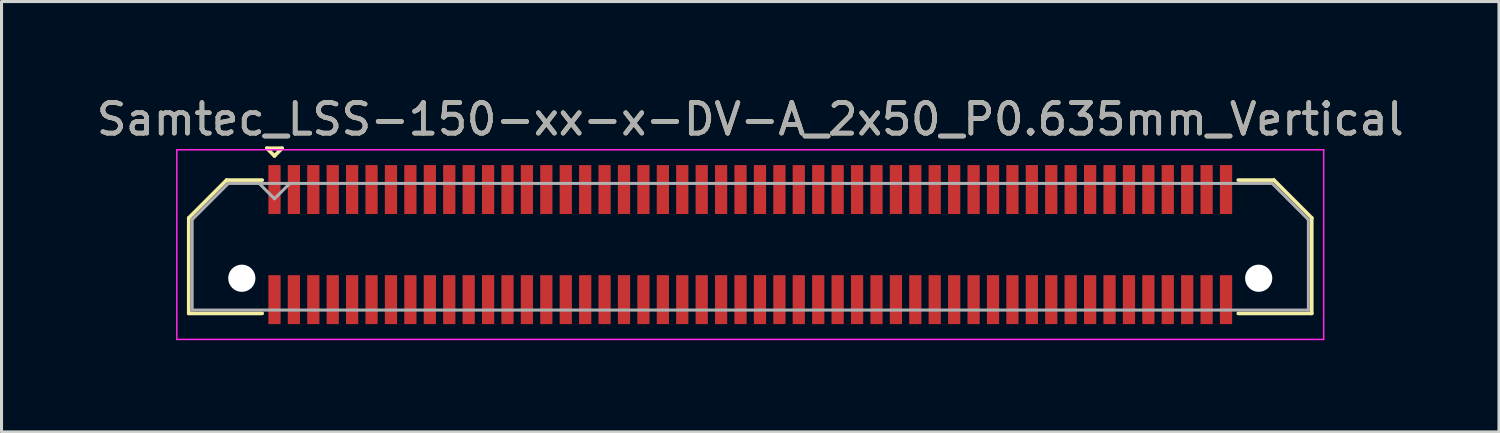
<source format=kicad_pcb>
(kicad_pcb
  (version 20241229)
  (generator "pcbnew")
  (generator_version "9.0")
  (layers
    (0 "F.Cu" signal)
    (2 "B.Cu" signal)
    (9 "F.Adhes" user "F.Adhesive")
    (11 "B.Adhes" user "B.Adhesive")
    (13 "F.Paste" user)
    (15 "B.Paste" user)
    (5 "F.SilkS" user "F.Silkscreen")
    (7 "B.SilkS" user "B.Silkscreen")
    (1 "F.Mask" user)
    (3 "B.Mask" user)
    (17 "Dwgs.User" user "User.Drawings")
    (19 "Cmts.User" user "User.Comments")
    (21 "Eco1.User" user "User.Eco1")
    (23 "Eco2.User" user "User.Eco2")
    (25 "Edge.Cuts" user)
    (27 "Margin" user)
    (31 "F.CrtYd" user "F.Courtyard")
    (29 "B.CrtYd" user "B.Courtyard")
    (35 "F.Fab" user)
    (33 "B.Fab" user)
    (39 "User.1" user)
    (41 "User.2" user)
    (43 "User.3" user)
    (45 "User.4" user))
  (footprint "Samtec_LSS-150-xx-x-DV-A_2x50_P0.635mm_Vertical"
    (layer "F.Cu")
    (at 21.482 4.948)
    (property "Reference" "Samtec_LSS-150-xx-x-DV-A_2x50_P0.635mm_Vertical" (at 0 -4.1 0) (layer "F.SilkS") (effects (font (size 1 1) (thickness 0.15))))
    (attr smd)
    (fp_line (start -18.36 -0.872) (end -18.36 2.25) (stroke (width 0.12) (type solid)) (layer "F.SilkS"))
    (fp_line (start -18.36 2.25) (end -15.957 2.25) (stroke (width 0.12) (type solid)) (layer "F.SilkS"))
    (fp_line (start -17.122 -2.11) (end -18.36 -0.872) (stroke (width 0.12) (type solid)) (layer "F.SilkS"))
    (fp_line (start -15.957 -2.11) (end -17.122 -2.11) (stroke (width 0.12) (type solid)) (layer "F.SilkS"))
    (fp_line (start -15.807 -3.15) (end -15.307 -3.15) (stroke (width 0.12) (type solid)) (layer "F.SilkS"))
    (fp_line (start -15.557 -2.9) (end -15.807 -3.15) (stroke (width 0.12) (type solid)) (layer "F.SilkS"))
    (fp_line (start -15.307 -3.15) (end -15.557 -2.9) (stroke (width 0.12) (type solid)) (layer "F.SilkS"))
    (fp_line (start 15.957 -2.11) (end 17.122 -2.11) (stroke (width 0.12) (type solid)) (layer "F.SilkS"))
    (fp_line (start 17.122 -2.11) (end 18.36 -0.872) (stroke (width 0.12) (type solid)) (layer "F.SilkS"))
    (fp_line (start 18.36 -0.872) (end 18.36 2.25) (stroke (width 0.12) (type solid)) (layer "F.SilkS"))
    (fp_line (start 18.36 2.25) (end 15.957 2.25) (stroke (width 0.12) (type solid)) (layer "F.SilkS"))
    (fp_line (start -18.75 -3.1) (end -18.75 3.1) (stroke (width 0.05) (type solid)) (layer "F.CrtYd"))
    (fp_line (start -18.75 3.1) (end 18.75 3.1) (stroke (width 0.05) (type solid)) (layer "F.CrtYd"))
    (fp_line (start 18.75 -3.1) (end -18.75 -3.1) (stroke (width 0.05) (type solid)) (layer "F.CrtYd"))
    (fp_line (start 18.75 3.1) (end 18.75 -3.1) (stroke (width 0.05) (type solid)) (layer "F.CrtYd"))
    (fp_line (start -18.25 -0.817) (end -18.25 2.14) (stroke (width 0.1) (type solid)) (layer "F.Fab"))
    (fp_line (start -18.25 2.14) (end 18.25 2.14) (stroke (width 0.1) (type solid)) (layer "F.Fab"))
    (fp_line (start -17.067 -2) (end -18.25 -0.817) (stroke (width 0.1) (type solid)) (layer "F.Fab"))
    (fp_line (start -15.557 -1.5) (end -16.058 -2) (stroke (width 0.1) (type solid)) (layer "F.Fab"))
    (fp_line (start -15.057 -2) (end -15.557 -1.5) (stroke (width 0.1) (type solid)) (layer "F.Fab"))
    (fp_line (start 17.067 -2) (end -17.067 -2) (stroke (width 0.1) (type solid)) (layer "F.Fab"))
    (fp_line (start 18.25 -0.817) (end 17.067 -2) (stroke (width 0.1) (type solid)) (layer "F.Fab"))
    (fp_line (start 18.25 2.14) (end 18.25 -0.817) (stroke (width 0.1) (type solid)) (layer "F.Fab"))
    (fp_text user "${REFERENCE}" (at 0 -4.1 0) (layer "F.Fab") (effects (font (size 1 1) (thickness 0.15))))
    (pad "" np_thru_hole circle (at -16.625 1.1) (size 0.89 0.89) (drill 0.89) (layers "*.Cu" "*.Mask"))
    (pad "" np_thru_hole circle (at 16.625 1.1) (size 0.89 0.89) (drill 0.89) (layers "*.Cu" "*.Mask"))
    (pad "1" smd rect (at -15.557 -1.8) (size 0.4 1.6) (layers "F.Cu" "F.Mask" "F.Paste"))
    (pad "2" smd rect (at -15.557 1.8) (size 0.4 1.6) (layers "F.Cu" "F.Mask" "F.Paste"))
    (pad "3" smd rect (at -14.922 -1.8) (size 0.4 1.6) (layers "F.Cu" "F.Mask" "F.Paste"))
    (pad "4" smd rect (at -14.922 1.8) (size 0.4 1.6) (layers "F.Cu" "F.Mask" "F.Paste"))
    (pad "5" smd rect (at -14.287 -1.8) (size 0.4 1.6) (layers "F.Cu" "F.Mask" "F.Paste"))
    (pad "6" smd rect (at -14.287 1.8) (size 0.4 1.6) (layers "F.Cu" "F.Mask" "F.Paste"))
    (pad "7" smd rect (at -13.652 -1.8) (size 0.4 1.6) (layers "F.Cu" "F.Mask" "F.Paste"))
    (pad "8" smd rect (at -13.652 1.8) (size 0.4 1.6) (layers "F.Cu" "F.Mask" "F.Paste"))
    (pad "9" smd rect (at -13.018 -1.8) (size 0.4 1.6) (layers "F.Cu" "F.Mask" "F.Paste"))
    (pad "10" smd rect (at -13.018 1.8) (size 0.4 1.6) (layers "F.Cu" "F.Mask" "F.Paste"))
    (pad "11" smd rect (at -12.383 -1.8) (size 0.4 1.6) (layers "F.Cu" "F.Mask" "F.Paste"))
    (pad "12" smd rect (at -12.383 1.8) (size 0.4 1.6) (layers "F.Cu" "F.Mask" "F.Paste"))
    (pad "13" smd rect (at -11.748 -1.8) (size 0.4 1.6) (layers "F.Cu" "F.Mask" "F.Paste"))
    (pad "14" smd rect (at -11.748 1.8) (size 0.4 1.6) (layers "F.Cu" "F.Mask" "F.Paste"))
    (pad "15" smd rect (at -11.113 -1.8) (size 0.4 1.6) (layers "F.Cu" "F.Mask" "F.Paste"))
    (pad "16" smd rect (at -11.113 1.8) (size 0.4 1.6) (layers "F.Cu" "F.Mask" "F.Paste"))
    (pad "17" smd rect (at -10.477 -1.8) (size 0.4 1.6) (layers "F.Cu" "F.Mask" "F.Paste"))
    (pad "18" smd rect (at -10.477 1.8) (size 0.4 1.6) (layers "F.Cu" "F.Mask" "F.Paste"))
    (pad "19" smd rect (at -9.842 -1.8) (size 0.4 1.6) (layers "F.Cu" "F.Mask" "F.Paste"))
    (pad "20" smd rect (at -9.842 1.8) (size 0.4 1.6) (layers "F.Cu" "F.Mask" "F.Paste"))
    (pad "21" smd rect (at -9.207 -1.8) (size 0.4 1.6) (layers "F.Cu" "F.Mask" "F.Paste"))
    (pad "22" smd rect (at -9.207 1.8) (size 0.4 1.6) (layers "F.Cu" "F.Mask" "F.Paste"))
    (pad "23" smd rect (at -8.572 -1.8) (size 0.4 1.6) (layers "F.Cu" "F.Mask" "F.Paste"))
    (pad "24" smd rect (at -8.572 1.8) (size 0.4 1.6) (layers "F.Cu" "F.Mask" "F.Paste"))
    (pad "25" smd rect (at -7.938 -1.8) (size 0.4 1.6) (layers "F.Cu" "F.Mask" "F.Paste"))
    (pad "26" smd rect (at -7.938 1.8) (size 0.4 1.6) (layers "F.Cu" "F.Mask" "F.Paste"))
    (pad "27" smd rect (at -7.303 -1.8) (size 0.4 1.6) (layers "F.Cu" "F.Mask" "F.Paste"))
    (pad "28" smd rect (at -7.303 1.8) (size 0.4 1.6) (layers "F.Cu" "F.Mask" "F.Paste"))
    (pad "29" smd rect (at -6.668 -1.8) (size 0.4 1.6) (layers "F.Cu" "F.Mask" "F.Paste"))
    (pad "30" smd rect (at -6.668 1.8) (size 0.4 1.6) (layers "F.Cu" "F.Mask" "F.Paste"))
    (pad "31" smd rect (at -6.032 -1.8) (size 0.4 1.6) (layers "F.Cu" "F.Mask" "F.Paste"))
    (pad "32" smd rect (at -6.032 1.8) (size 0.4 1.6) (layers "F.Cu" "F.Mask" "F.Paste"))
    (pad "33" smd rect (at -5.397 -1.8) (size 0.4 1.6) (layers "F.Cu" "F.Mask" "F.Paste"))
    (pad "34" smd rect (at -5.397 1.8) (size 0.4 1.6) (layers "F.Cu" "F.Mask" "F.Paste"))
    (pad "35" smd rect (at -4.763 -1.8) (size 0.4 1.6) (layers "F.Cu" "F.Mask" "F.Paste"))
    (pad "36" smd rect (at -4.763 1.8) (size 0.4 1.6) (layers "F.Cu" "F.Mask" "F.Paste"))
    (pad "37" smd rect (at -4.128 -1.8) (size 0.4 1.6) (layers "F.Cu" "F.Mask" "F.Paste"))
    (pad "38" smd rect (at -4.128 1.8) (size 0.4 1.6) (layers "F.Cu" "F.Mask" "F.Paste"))
    (pad "39" smd rect (at -3.493 -1.8) (size 0.4 1.6) (layers "F.Cu" "F.Mask" "F.Paste"))
    (pad "40" smd rect (at -3.493 1.8) (size 0.4 1.6) (layers "F.Cu" "F.Mask" "F.Paste"))
    (pad "41" smd rect (at -2.857 -1.8) (size 0.4 1.6) (layers "F.Cu" "F.Mask" "F.Paste"))
    (pad "42" smd rect (at -2.857 1.8) (size 0.4 1.6) (layers "F.Cu" "F.Mask" "F.Paste"))
    (pad "43" smd rect (at -2.223 -1.8) (size 0.4 1.6) (layers "F.Cu" "F.Mask" "F.Paste"))
    (pad "44" smd rect (at -2.223 1.8) (size 0.4 1.6) (layers "F.Cu" "F.Mask" "F.Paste"))
    (pad "45" smd rect (at -1.587 -1.8) (size 0.4 1.6) (layers "F.Cu" "F.Mask" "F.Paste"))
    (pad "46" smd rect (at -1.587 1.8) (size 0.4 1.6) (layers "F.Cu" "F.Mask" "F.Paste"))
    (pad "47" smd rect (at -0.953 -1.8) (size 0.4 1.6) (layers "F.Cu" "F.Mask" "F.Paste"))
    (pad "48" smd rect (at -0.953 1.8) (size 0.4 1.6) (layers "F.Cu" "F.Mask" "F.Paste"))
    (pad "49" smd rect (at -0.318 -1.8) (size 0.4 1.6) (layers "F.Cu" "F.Mask" "F.Paste"))
    (pad "50" smd rect (at -0.318 1.8) (size 0.4 1.6) (layers "F.Cu" "F.Mask" "F.Paste"))
    (pad "51" smd rect (at 0.318 -1.8) (size 0.4 1.6) (layers "F.Cu" "F.Mask" "F.Paste"))
    (pad "52" smd rect (at 0.318 1.8) (size 0.4 1.6) (layers "F.Cu" "F.Mask" "F.Paste"))
    (pad "53" smd rect (at 0.953 -1.8) (size 0.4 1.6) (layers "F.Cu" "F.Mask" "F.Paste"))
    (pad "54" smd rect (at 0.953 1.8) (size 0.4 1.6) (layers "F.Cu" "F.Mask" "F.Paste"))
    (pad "55" smd rect (at 1.587 -1.8) (size 0.4 1.6) (layers "F.Cu" "F.Mask" "F.Paste"))
    (pad "56" smd rect (at 1.587 1.8) (size 0.4 1.6) (layers "F.Cu" "F.Mask" "F.Paste"))
    (pad "57" smd rect (at 2.223 -1.8) (size 0.4 1.6) (layers "F.Cu" "F.Mask" "F.Paste"))
    (pad "58" smd rect (at 2.223 1.8) (size 0.4 1.6) (layers "F.Cu" "F.Mask" "F.Paste"))
    (pad "59" smd rect (at 2.857 -1.8) (size 0.4 1.6) (layers "F.Cu" "F.Mask" "F.Paste"))
    (pad "60" smd rect (at 2.857 1.8) (size 0.4 1.6) (layers "F.Cu" "F.Mask" "F.Paste"))
    (pad "61" smd rect (at 3.493 -1.8) (size 0.4 1.6) (layers "F.Cu" "F.Mask" "F.Paste"))
    (pad "62" smd rect (at 3.493 1.8) (size 0.4 1.6) (layers "F.Cu" "F.Mask" "F.Paste"))
    (pad "63" smd rect (at 4.128 -1.8) (size 0.4 1.6) (layers "F.Cu" "F.Mask" "F.Paste"))
    (pad "64" smd rect (at 4.128 1.8) (size 0.4 1.6) (layers "F.Cu" "F.Mask" "F.Paste"))
    (pad "65" smd rect (at 4.763 -1.8) (size 0.4 1.6) (layers "F.Cu" "F.Mask" "F.Paste"))
    (pad "66" smd rect (at 4.763 1.8) (size 0.4 1.6) (layers "F.Cu" "F.Mask" "F.Paste"))
    (pad "67" smd rect (at 5.397 -1.8) (size 0.4 1.6) (layers "F.Cu" "F.Mask" "F.Paste"))
    (pad "68" smd rect (at 5.397 1.8) (size 0.4 1.6) (layers "F.Cu" "F.Mask" "F.Paste"))
    (pad "69" smd rect (at 6.032 -1.8) (size 0.4 1.6) (layers "F.Cu" "F.Mask" "F.Paste"))
    (pad "70" smd rect (at 6.032 1.8) (size 0.4 1.6) (layers "F.Cu" "F.Mask" "F.Paste"))
    (pad "71" smd rect (at 6.668 -1.8) (size 0.4 1.6) (layers "F.Cu" "F.Mask" "F.Paste"))
    (pad "72" smd rect (at 6.668 1.8) (size 0.4 1.6) (layers "F.Cu" "F.Mask" "F.Paste"))
    (pad "73" smd rect (at 7.303 -1.8) (size 0.4 1.6) (layers "F.Cu" "F.Mask" "F.Paste"))
    (pad "74" smd rect (at 7.303 1.8) (size 0.4 1.6) (layers "F.Cu" "F.Mask" "F.Paste"))
    (pad "75" smd rect (at 7.938 -1.8) (size 0.4 1.6) (layers "F.Cu" "F.Mask" "F.Paste"))
    (pad "76" smd rect (at 7.938 1.8) (size 0.4 1.6) (layers "F.Cu" "F.Mask" "F.Paste"))
    (pad "77" smd rect (at 8.572 -1.8) (size 0.4 1.6) (layers "F.Cu" "F.Mask" "F.Paste"))
    (pad "78" smd rect (at 8.572 1.8) (size 0.4 1.6) (layers "F.Cu" "F.Mask" "F.Paste"))
    (pad "79" smd rect (at 9.207 -1.8) (size 0.4 1.6) (layers "F.Cu" "F.Mask" "F.Paste"))
    (pad "80" smd rect (at 9.207 1.8) (size 0.4 1.6) (layers "F.Cu" "F.Mask" "F.Paste"))
    (pad "81" smd rect (at 9.842 -1.8) (size 0.4 1.6) (layers "F.Cu" "F.Mask" "F.Paste"))
    (pad "82" smd rect (at 9.842 1.8) (size 0.4 1.6) (layers "F.Cu" "F.Mask" "F.Paste"))
    (pad "83" smd rect (at 10.477 -1.8) (size 0.4 1.6) (layers "F.Cu" "F.Mask" "F.Paste"))
    (pad "84" smd rect (at 10.477 1.8) (size 0.4 1.6) (layers "F.Cu" "F.Mask" "F.Paste"))
    (pad "85" smd rect (at 11.113 -1.8) (size 0.4 1.6) (layers "F.Cu" "F.Mask" "F.Paste"))
    (pad "86" smd rect (at 11.113 1.8) (size 0.4 1.6) (layers "F.Cu" "F.Mask" "F.Paste"))
    (pad "87" smd rect (at 11.748 -1.8) (size 0.4 1.6) (layers "F.Cu" "F.Mask" "F.Paste"))
    (pad "88" smd rect (at 11.748 1.8) (size 0.4 1.6) (layers "F.Cu" "F.Mask" "F.Paste"))
    (pad "89" smd rect (at 12.383 -1.8) (size 0.4 1.6) (layers "F.Cu" "F.Mask" "F.Paste"))
    (pad "90" smd rect (at 12.383 1.8) (size 0.4 1.6) (layers "F.Cu" "F.Mask" "F.Paste"))
    (pad "91" smd rect (at 13.018 -1.8) (size 0.4 1.6) (layers "F.Cu" "F.Mask" "F.Paste"))
    (pad "92" smd rect (at 13.018 1.8) (size 0.4 1.6) (layers "F.Cu" "F.Mask" "F.Paste"))
    (pad "93" smd rect (at 13.652 -1.8) (size 0.4 1.6) (layers "F.Cu" "F.Mask" "F.Paste"))
    (pad "94" smd rect (at 13.652 1.8) (size 0.4 1.6) (layers "F.Cu" "F.Mask" "F.Paste"))
    (pad "95" smd rect (at 14.287 -1.8) (size 0.4 1.6) (layers "F.Cu" "F.Mask" "F.Paste"))
    (pad "96" smd rect (at 14.287 1.8) (size 0.4 1.6) (layers "F.Cu" "F.Mask" "F.Paste"))
    (pad "97" smd rect (at 14.922 -1.8) (size 0.4 1.6) (layers "F.Cu" "F.Mask" "F.Paste"))
    (pad "98" smd rect (at 14.922 1.8) (size 0.4 1.6) (layers "F.Cu" "F.Mask" "F.Paste"))
    (pad "99" smd rect (at 15.557 -1.8) (size 0.4 1.6) (layers "F.Cu" "F.Mask" "F.Paste"))
    (pad "100" smd rect (at 15.557 1.8) (size 0.4 1.6) (layers "F.Cu" "F.Mask" "F.Paste")))
  (gr_rect
    (start -3 -3)
    (end 45.964 11.073)
    (stroke (width 0.1) (type default))
    (fill no)
    (layer "Edge.Cuts")))
</source>
